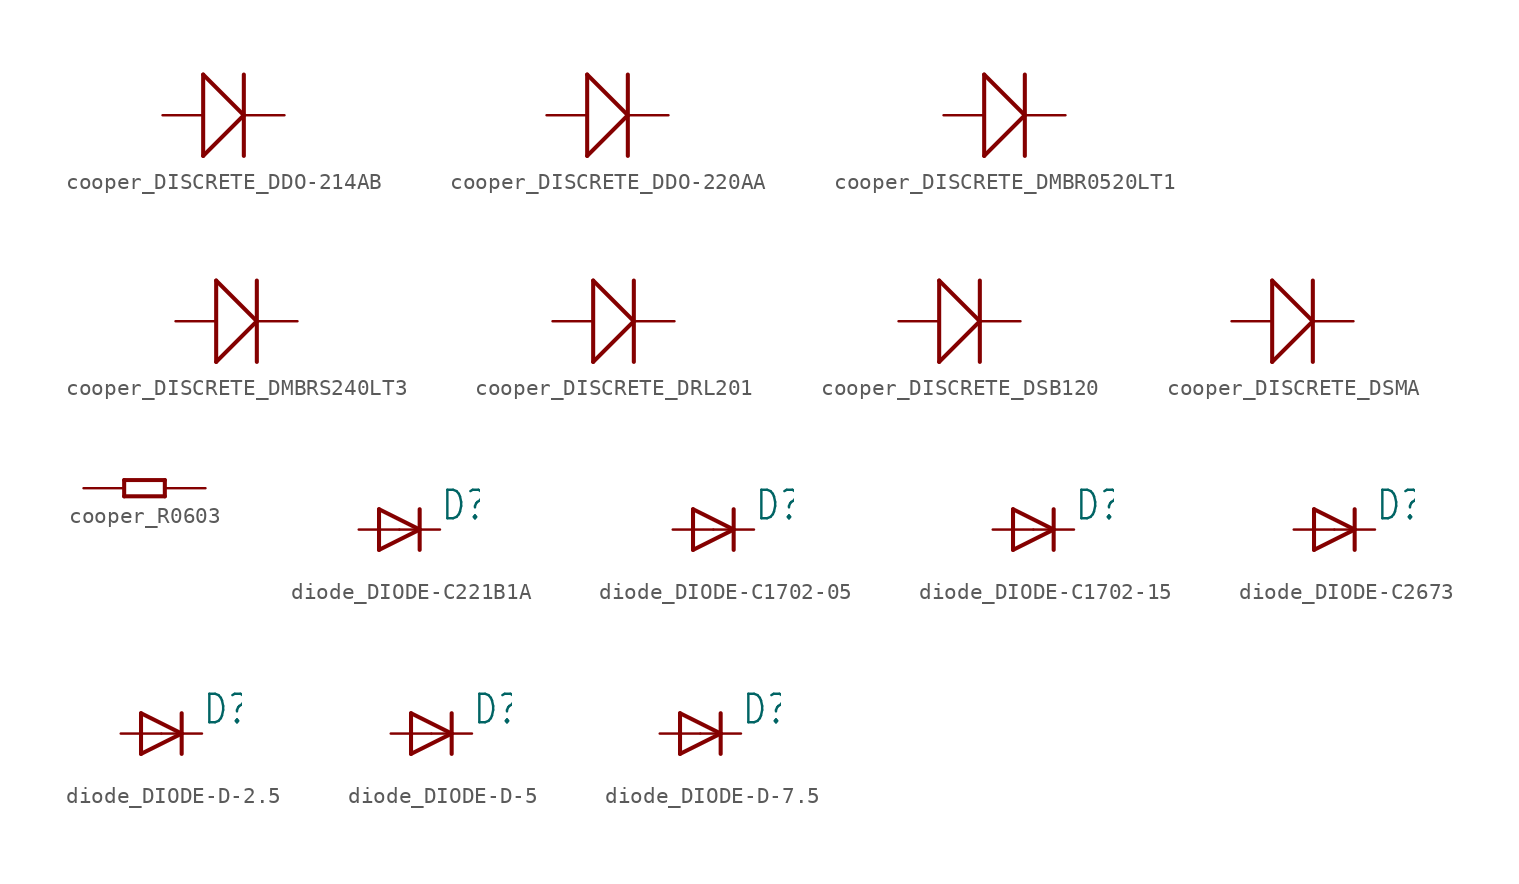
<source format=kicad_sym>
(kicad_symbol_lib
  (version 20231120)
  (generator "kicad_symbol_editor")
  (generator_version "8.0")
  (symbol "cooper_DISCRETE_DDO-214AB"
    (property "Reference" "D"
      (at -8.89 0 0)
      (effects (font (size 1.778 1.511)) (justify left bottom) (hide yes)))
    (property "ki_locked" ""
      (at 0 0 0)
      (effects (font (size 1.27 1.27))))
    (symbol "cooper_DISCRETE_DDO-214AB_1_0"
      (polyline (pts (xy -1.27 -2.54) (xy -1.27 2.54)) (stroke (width 0.254) (type solid)) (fill (type none)))
      (polyline (pts (xy -1.27 -2.54) (xy 1.27 0)) (stroke (width 0.254) (type solid)) (fill (type none)))
      (polyline (pts (xy -1.27 2.54) (xy 1.27 0)) (stroke (width 0.254) (type solid)) (fill (type none)))
      (polyline (pts (xy 1.27 2.54) (xy 1.27 -2.54)) (stroke (width 0.254) (type solid)) (fill (type none)))
      (pin passive line (at -3.81 0 0) (length 2.54) (name "+" (effects (font (size 0 0)))) (number "1" (effects (font (size 0 0)))))
      (pin passive line (at 3.81 0 180) (length 2.54) (name "-" (effects (font (size 0 0)))) (number "2" (effects (font (size 0 0)))))))
  (symbol "cooper_DISCRETE_DDO-220AA"
    (property "Reference" "D"
      (at -8.89 0 0)
      (effects (font (size 1.778 1.511)) (justify left bottom) (hide yes)))
    (property "ki_locked" ""
      (at 0 0 0)
      (effects (font (size 1.27 1.27))))
    (symbol "cooper_DISCRETE_DDO-220AA_1_0"
      (polyline (pts (xy -1.27 -2.54) (xy -1.27 2.54)) (stroke (width 0.254) (type solid)) (fill (type none)))
      (polyline (pts (xy -1.27 -2.54) (xy 1.27 0)) (stroke (width 0.254) (type solid)) (fill (type none)))
      (polyline (pts (xy -1.27 2.54) (xy 1.27 0)) (stroke (width 0.254) (type solid)) (fill (type none)))
      (polyline (pts (xy 1.27 2.54) (xy 1.27 -2.54)) (stroke (width 0.254) (type solid)) (fill (type none)))
      (pin passive line (at -3.81 0 0) (length 2.54) (name "+" (effects (font (size 0 0)))) (number "+" (effects (font (size 0 0)))))
      (pin passive line (at 3.81 0 180) (length 2.54) (name "-" (effects (font (size 0 0)))) (number "-" (effects (font (size 0 0)))))))
  (symbol "cooper_DISCRETE_DMBR0520LT1"
    (property "Reference" "D"
      (at -8.89 0 0)
      (effects (font (size 1.778 1.511)) (justify left bottom) (hide yes)))
    (property "ki_locked" ""
      (at 0 0 0)
      (effects (font (size 1.27 1.27))))
    (symbol "cooper_DISCRETE_DMBR0520LT1_1_0"
      (polyline (pts (xy -1.27 -2.54) (xy -1.27 2.54)) (stroke (width 0.254) (type solid)) (fill (type none)))
      (polyline (pts (xy -1.27 -2.54) (xy 1.27 0)) (stroke (width 0.254) (type solid)) (fill (type none)))
      (polyline (pts (xy -1.27 2.54) (xy 1.27 0)) (stroke (width 0.254) (type solid)) (fill (type none)))
      (polyline (pts (xy 1.27 2.54) (xy 1.27 -2.54)) (stroke (width 0.254) (type solid)) (fill (type none)))
      (pin passive line (at -3.81 0 0) (length 2.54) (name "+" (effects (font (size 0 0)))) (number "1" (effects (font (size 0 0)))))
      (pin passive line (at 3.81 0 180) (length 2.54) (name "-" (effects (font (size 0 0)))) (number "2" (effects (font (size 0 0)))))))
  (symbol "cooper_DISCRETE_DMBRS240LT3"
    (property "Reference" "D"
      (at -8.89 0 0)
      (effects (font (size 1.778 1.511)) (justify left bottom) (hide yes)))
    (property "ki_locked" ""
      (at 0 0 0)
      (effects (font (size 1.27 1.27))))
    (symbol "cooper_DISCRETE_DMBRS240LT3_1_0"
      (polyline (pts (xy -1.27 -2.54) (xy -1.27 2.54)) (stroke (width 0.254) (type solid)) (fill (type none)))
      (polyline (pts (xy -1.27 -2.54) (xy 1.27 0)) (stroke (width 0.254) (type solid)) (fill (type none)))
      (polyline (pts (xy -1.27 2.54) (xy 1.27 0)) (stroke (width 0.254) (type solid)) (fill (type none)))
      (polyline (pts (xy 1.27 2.54) (xy 1.27 -2.54)) (stroke (width 0.254) (type solid)) (fill (type none)))
      (pin passive line (at -3.81 0 0) (length 2.54) (name "+" (effects (font (size 0 0)))) (number "+" (effects (font (size 0 0)))))
      (pin passive line (at 3.81 0 180) (length 2.54) (name "-" (effects (font (size 0 0)))) (number "-" (effects (font (size 0 0)))))))
  (symbol "cooper_DISCRETE_DRL201"
    (property "Reference" "D"
      (at -8.89 0 0)
      (effects (font (size 1.778 1.511)) (justify left bottom) (hide yes)))
    (property "ki_locked" ""
      (at 0 0 0)
      (effects (font (size 1.27 1.27))))
    (symbol "cooper_DISCRETE_DRL201_1_0"
      (polyline (pts (xy -1.27 -2.54) (xy -1.27 2.54)) (stroke (width 0.254) (type solid)) (fill (type none)))
      (polyline (pts (xy -1.27 -2.54) (xy 1.27 0)) (stroke (width 0.254) (type solid)) (fill (type none)))
      (polyline (pts (xy -1.27 2.54) (xy 1.27 0)) (stroke (width 0.254) (type solid)) (fill (type none)))
      (polyline (pts (xy 1.27 2.54) (xy 1.27 -2.54)) (stroke (width 0.254) (type solid)) (fill (type none)))
      (pin passive line (at -3.81 0 0) (length 2.54) (name "+" (effects (font (size 0 0)))) (number "+" (effects (font (size 0 0)))))
      (pin passive line (at 3.81 0 180) (length 2.54) (name "-" (effects (font (size 0 0)))) (number "-" (effects (font (size 0 0)))))))
  (symbol "cooper_DISCRETE_DSB120"
    (property "Reference" "D"
      (at -8.89 0 0)
      (effects (font (size 1.778 1.511)) (justify left bottom) (hide yes)))
    (property "ki_locked" ""
      (at 0 0 0)
      (effects (font (size 1.27 1.27))))
    (symbol "cooper_DISCRETE_DSB120_1_0"
      (polyline (pts (xy -1.27 -2.54) (xy -1.27 2.54)) (stroke (width 0.254) (type solid)) (fill (type none)))
      (polyline (pts (xy -1.27 -2.54) (xy 1.27 0)) (stroke (width 0.254) (type solid)) (fill (type none)))
      (polyline (pts (xy -1.27 2.54) (xy 1.27 0)) (stroke (width 0.254) (type solid)) (fill (type none)))
      (polyline (pts (xy 1.27 2.54) (xy 1.27 -2.54)) (stroke (width 0.254) (type solid)) (fill (type none)))
      (pin passive line (at -3.81 0 0) (length 2.54) (name "+" (effects (font (size 0 0)))) (number "1" (effects (font (size 0 0)))))
      (pin passive line (at 3.81 0 180) (length 2.54) (name "-" (effects (font (size 0 0)))) (number "2" (effects (font (size 0 0)))))))
  (symbol "cooper_DISCRETE_DSMA"
    (property "Reference" "D"
      (at -8.89 0 0)
      (effects (font (size 1.778 1.511)) (justify left bottom) (hide yes)))
    (property "ki_locked" ""
      (at 0 0 0)
      (effects (font (size 1.27 1.27))))
    (symbol "cooper_DISCRETE_DSMA_1_0"
      (polyline (pts (xy -1.27 -2.54) (xy -1.27 2.54)) (stroke (width 0.254) (type solid)) (fill (type none)))
      (polyline (pts (xy -1.27 -2.54) (xy 1.27 0)) (stroke (width 0.254) (type solid)) (fill (type none)))
      (polyline (pts (xy -1.27 2.54) (xy 1.27 0)) (stroke (width 0.254) (type solid)) (fill (type none)))
      (polyline (pts (xy 1.27 2.54) (xy 1.27 -2.54)) (stroke (width 0.254) (type solid)) (fill (type none)))
      (pin passive line (at -3.81 0 0) (length 2.54) (name "+" (effects (font (size 0 0)))) (number "+" (effects (font (size 0 0)))))
      (pin passive line (at 3.81 0 180) (length 2.54) (name "-" (effects (font (size 0 0)))) (number "-" (effects (font (size 0 0)))))))
  (symbol "cooper_R0603"
    (property "Reference" "R"
      (at -4.064 1.778 0)
      (effects (font (size 1.27 1.079)) (justify left bottom) (hide yes)))
    (property "ki_locked" ""
      (at 0 0 0)
      (effects (font (size 1.27 1.27))))
    (symbol "cooper_R0603_1_0"
      (polyline (pts (xy -1.27 -0.508) (xy -1.27 0.508)) (stroke (width 0.254) (type solid)) (fill (type none)))
      (polyline (pts (xy -1.27 0.508) (xy 1.27 0.508)) (stroke (width 0.254) (type solid)) (fill (type none)))
      (polyline (pts (xy 1.27 -0.508) (xy -1.27 -0.508)) (stroke (width 0.254) (type solid)) (fill (type none)))
      (polyline (pts (xy 1.27 0.508) (xy 1.27 -0.508)) (stroke (width 0.254) (type solid)) (fill (type none)))
      (pin passive line (at -3.81 0 0) (length 2.54) (name "1" (effects (font (size 0 0)))) (number "1" (effects (font (size 0 0)))))
      (pin passive line (at 3.81 0 180) (length 2.54) (name "2" (effects (font (size 0 0)))) (number "2" (effects (font (size 0 0)))))))
  (symbol "diode_DIODE-C221B1A"
    (property "Reference" "D"
      (at 2.54 0.483 0)
      (effects (font (size 1.778 1.511)) (justify left bottom)))
    (property "Value" ""
      (at 2.54 -2.311 0)
      (effects (font (size 1.778 1.511)) (justify left bottom)))
    (property "ki_locked" ""
      (at 0 0 0)
      (effects (font (size 1.27 1.27))))
    (symbol "diode_DIODE-C221B1A_1_0"
      (polyline (pts (xy -1.27 -1.27) (xy 1.27 0)) (stroke (width 0.254) (type solid)) (fill (type none)))
      (polyline (pts (xy -1.27 1.27) (xy -1.27 -1.27)) (stroke (width 0.254) (type solid)) (fill (type none)))
      (polyline (pts (xy 1.27 0) (xy -1.27 1.27)) (stroke (width 0.254) (type solid)) (fill (type none)))
      (polyline (pts (xy 1.27 0) (xy 1.27 -1.27)) (stroke (width 0.254) (type solid)) (fill (type none)))
      (polyline (pts (xy 1.27 1.27) (xy 1.27 0)) (stroke (width 0.254) (type solid)) (fill (type none)))
      (pin passive line (at -2.54 0 0) (length 2.54) (name "A" (effects (font (size 0 0)))) (number "A" (effects (font (size 0 0)))))
      (pin passive line (at 2.54 0 180) (length 2.54) (name "C" (effects (font (size 0 0)))) (number "C" (effects (font (size 0 0)))))))
  (symbol "diode_DIODE-C1702-05"
    (property "Reference" "D"
      (at 2.54 0.483 0)
      (effects (font (size 1.778 1.511)) (justify left bottom)))
    (property "Value" ""
      (at 2.54 -2.311 0)
      (effects (font (size 1.778 1.511)) (justify left bottom)))
    (property "ki_locked" ""
      (at 0 0 0)
      (effects (font (size 1.27 1.27))))
    (symbol "diode_DIODE-C1702-05_1_0"
      (polyline (pts (xy -1.27 -1.27) (xy 1.27 0)) (stroke (width 0.254) (type solid)) (fill (type none)))
      (polyline (pts (xy -1.27 1.27) (xy -1.27 -1.27)) (stroke (width 0.254) (type solid)) (fill (type none)))
      (polyline (pts (xy 1.27 0) (xy -1.27 1.27)) (stroke (width 0.254) (type solid)) (fill (type none)))
      (polyline (pts (xy 1.27 0) (xy 1.27 -1.27)) (stroke (width 0.254) (type solid)) (fill (type none)))
      (polyline (pts (xy 1.27 1.27) (xy 1.27 0)) (stroke (width 0.254) (type solid)) (fill (type none)))
      (pin passive line (at -2.54 0 0) (length 2.54) (name "A" (effects (font (size 0 0)))) (number "A" (effects (font (size 0 0)))))
      (pin passive line (at 2.54 0 180) (length 2.54) (name "C" (effects (font (size 0 0)))) (number "C" (effects (font (size 0 0)))))))
  (symbol "diode_DIODE-C1702-15"
    (property "Reference" "D"
      (at 2.54 0.483 0)
      (effects (font (size 1.778 1.511)) (justify left bottom)))
    (property "Value" ""
      (at 2.54 -2.311 0)
      (effects (font (size 1.778 1.511)) (justify left bottom)))
    (property "ki_locked" ""
      (at 0 0 0)
      (effects (font (size 1.27 1.27))))
    (symbol "diode_DIODE-C1702-15_1_0"
      (polyline (pts (xy -1.27 -1.27) (xy 1.27 0)) (stroke (width 0.254) (type solid)) (fill (type none)))
      (polyline (pts (xy -1.27 1.27) (xy -1.27 -1.27)) (stroke (width 0.254) (type solid)) (fill (type none)))
      (polyline (pts (xy 1.27 0) (xy -1.27 1.27)) (stroke (width 0.254) (type solid)) (fill (type none)))
      (polyline (pts (xy 1.27 0) (xy 1.27 -1.27)) (stroke (width 0.254) (type solid)) (fill (type none)))
      (polyline (pts (xy 1.27 1.27) (xy 1.27 0)) (stroke (width 0.254) (type solid)) (fill (type none)))
      (pin passive line (at -2.54 0 0) (length 2.54) (name "A" (effects (font (size 0 0)))) (number "A" (effects (font (size 0 0)))))
      (pin passive line (at 2.54 0 180) (length 2.54) (name "C" (effects (font (size 0 0)))) (number "C" (effects (font (size 0 0)))))))
  (symbol "diode_DIODE-C2673"
    (property "Reference" "D"
      (at 2.54 0.483 0)
      (effects (font (size 1.778 1.511)) (justify left bottom)))
    (property "Value" ""
      (at 2.54 -2.311 0)
      (effects (font (size 1.778 1.511)) (justify left bottom)))
    (property "ki_locked" ""
      (at 0 0 0)
      (effects (font (size 1.27 1.27))))
    (symbol "diode_DIODE-C2673_1_0"
      (polyline (pts (xy -1.27 -1.27) (xy 1.27 0)) (stroke (width 0.254) (type solid)) (fill (type none)))
      (polyline (pts (xy -1.27 1.27) (xy -1.27 -1.27)) (stroke (width 0.254) (type solid)) (fill (type none)))
      (polyline (pts (xy 1.27 0) (xy -1.27 1.27)) (stroke (width 0.254) (type solid)) (fill (type none)))
      (polyline (pts (xy 1.27 0) (xy 1.27 -1.27)) (stroke (width 0.254) (type solid)) (fill (type none)))
      (polyline (pts (xy 1.27 1.27) (xy 1.27 0)) (stroke (width 0.254) (type solid)) (fill (type none)))
      (pin passive line (at -2.54 0 0) (length 2.54) (name "A" (effects (font (size 0 0)))) (number "A" (effects (font (size 0 0)))))
      (pin passive line (at 2.54 0 180) (length 2.54) (name "C" (effects (font (size 0 0)))) (number "C" (effects (font (size 0 0)))))))
  (symbol "diode_DIODE-D-2.5"
    (property "Reference" "D"
      (at 2.54 0.483 0)
      (effects (font (size 1.778 1.511)) (justify left bottom)))
    (property "Value" ""
      (at 2.54 -2.311 0)
      (effects (font (size 1.778 1.511)) (justify left bottom)))
    (property "ki_locked" ""
      (at 0 0 0)
      (effects (font (size 1.27 1.27))))
    (symbol "diode_DIODE-D-2.5_1_0"
      (polyline (pts (xy -1.27 -1.27) (xy 1.27 0)) (stroke (width 0.254) (type solid)) (fill (type none)))
      (polyline (pts (xy -1.27 1.27) (xy -1.27 -1.27)) (stroke (width 0.254) (type solid)) (fill (type none)))
      (polyline (pts (xy 1.27 0) (xy -1.27 1.27)) (stroke (width 0.254) (type solid)) (fill (type none)))
      (polyline (pts (xy 1.27 0) (xy 1.27 -1.27)) (stroke (width 0.254) (type solid)) (fill (type none)))
      (polyline (pts (xy 1.27 1.27) (xy 1.27 0)) (stroke (width 0.254) (type solid)) (fill (type none)))
      (pin passive line (at -2.54 0 0) (length 2.54) (name "A" (effects (font (size 0 0)))) (number "A" (effects (font (size 0 0)))))
      (pin passive line (at 2.54 0 180) (length 2.54) (name "C" (effects (font (size 0 0)))) (number "C" (effects (font (size 0 0)))))))
  (symbol "diode_DIODE-D-5"
    (property "Reference" "D"
      (at 2.54 0.483 0)
      (effects (font (size 1.778 1.511)) (justify left bottom)))
    (property "Value" ""
      (at 2.54 -2.311 0)
      (effects (font (size 1.778 1.511)) (justify left bottom)))
    (property "ki_locked" ""
      (at 0 0 0)
      (effects (font (size 1.27 1.27))))
    (symbol "diode_DIODE-D-5_1_0"
      (polyline (pts (xy -1.27 -1.27) (xy 1.27 0)) (stroke (width 0.254) (type solid)) (fill (type none)))
      (polyline (pts (xy -1.27 1.27) (xy -1.27 -1.27)) (stroke (width 0.254) (type solid)) (fill (type none)))
      (polyline (pts (xy 1.27 0) (xy -1.27 1.27)) (stroke (width 0.254) (type solid)) (fill (type none)))
      (polyline (pts (xy 1.27 0) (xy 1.27 -1.27)) (stroke (width 0.254) (type solid)) (fill (type none)))
      (polyline (pts (xy 1.27 1.27) (xy 1.27 0)) (stroke (width 0.254) (type solid)) (fill (type none)))
      (pin passive line (at -2.54 0 0) (length 2.54) (name "A" (effects (font (size 0 0)))) (number "A" (effects (font (size 0 0)))))
      (pin passive line (at 2.54 0 180) (length 2.54) (name "C" (effects (font (size 0 0)))) (number "C" (effects (font (size 0 0)))))))
  (symbol "diode_DIODE-D-7.5"
    (property "Reference" "D"
      (at 2.54 0.483 0)
      (effects (font (size 1.778 1.511)) (justify left bottom)))
    (property "Value" ""
      (at 2.54 -2.311 0)
      (effects (font (size 1.778 1.511)) (justify left bottom)))
    (property "ki_locked" ""
      (at 0 0 0)
      (effects (font (size 1.27 1.27))))
    (symbol "diode_DIODE-D-7.5_1_0"
      (polyline (pts (xy -1.27 -1.27) (xy 1.27 0)) (stroke (width 0.254) (type solid)) (fill (type none)))
      (polyline (pts (xy -1.27 1.27) (xy -1.27 -1.27)) (stroke (width 0.254) (type solid)) (fill (type none)))
      (polyline (pts (xy 1.27 0) (xy -1.27 1.27)) (stroke (width 0.254) (type solid)) (fill (type none)))
      (polyline (pts (xy 1.27 0) (xy 1.27 -1.27)) (stroke (width 0.254) (type solid)) (fill (type none)))
      (polyline (pts (xy 1.27 1.27) (xy 1.27 0)) (stroke (width 0.254) (type solid)) (fill (type none)))
      (pin passive line (at -2.54 0 0) (length 2.54) (name "A" (effects (font (size 0 0)))) (number "A" (effects (font (size 0 0)))))
      (pin passive line (at 2.54 0 180) (length 2.54) (name "C" (effects (font (size 0 0)))) (number "C" (effects (font (size 0 0))))))))
</source>
